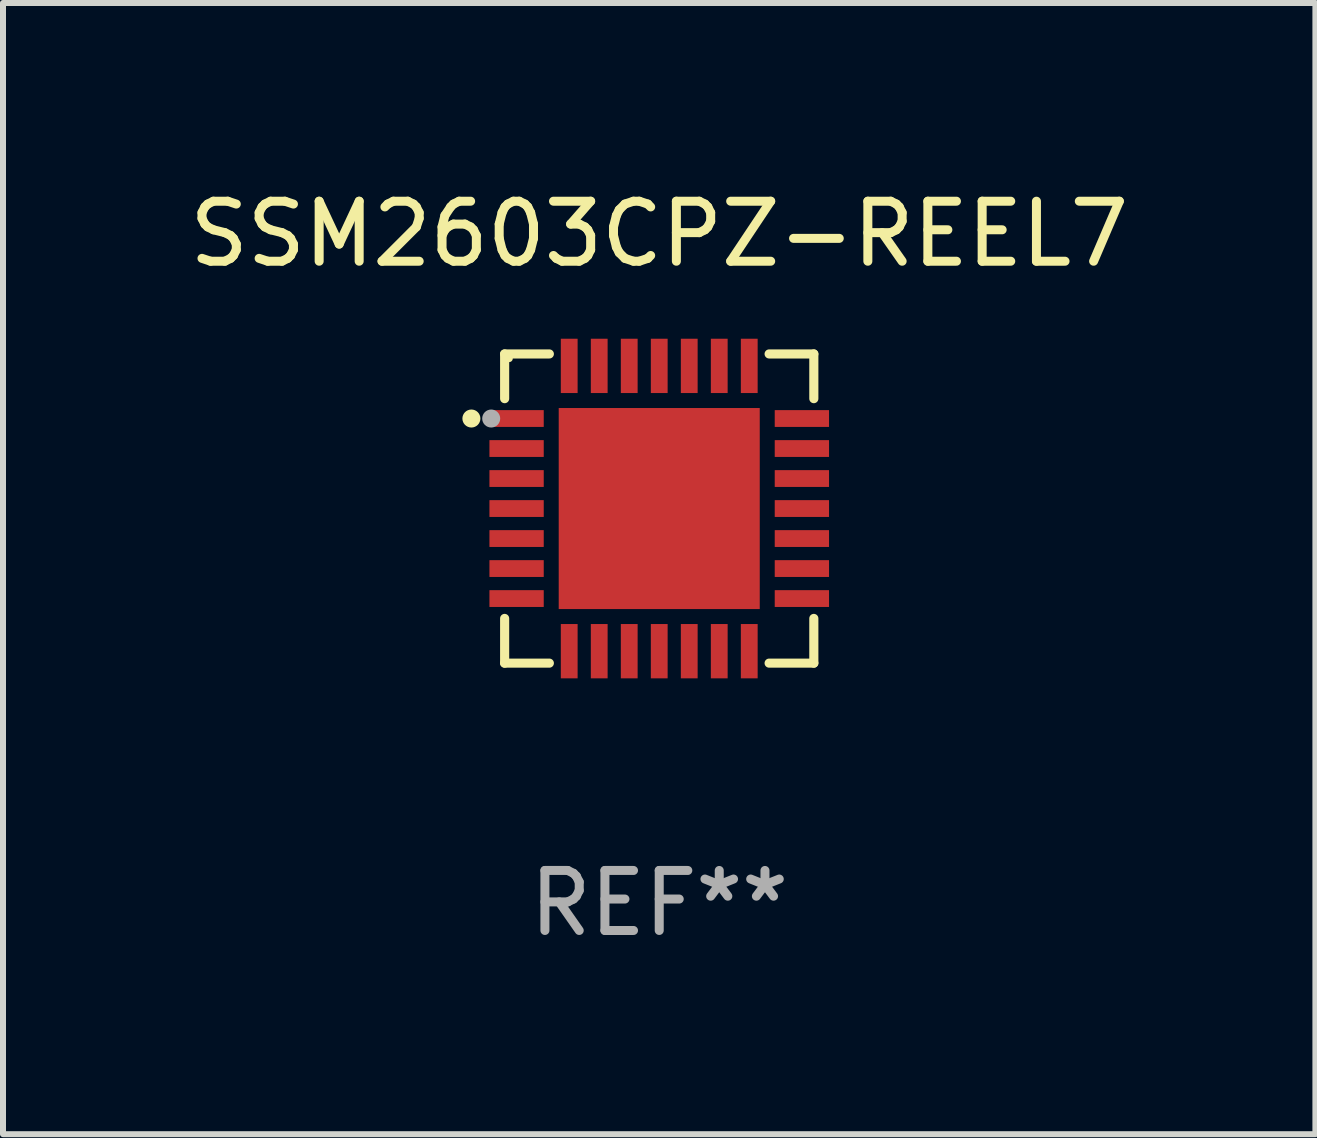
<source format=kicad_pcb>
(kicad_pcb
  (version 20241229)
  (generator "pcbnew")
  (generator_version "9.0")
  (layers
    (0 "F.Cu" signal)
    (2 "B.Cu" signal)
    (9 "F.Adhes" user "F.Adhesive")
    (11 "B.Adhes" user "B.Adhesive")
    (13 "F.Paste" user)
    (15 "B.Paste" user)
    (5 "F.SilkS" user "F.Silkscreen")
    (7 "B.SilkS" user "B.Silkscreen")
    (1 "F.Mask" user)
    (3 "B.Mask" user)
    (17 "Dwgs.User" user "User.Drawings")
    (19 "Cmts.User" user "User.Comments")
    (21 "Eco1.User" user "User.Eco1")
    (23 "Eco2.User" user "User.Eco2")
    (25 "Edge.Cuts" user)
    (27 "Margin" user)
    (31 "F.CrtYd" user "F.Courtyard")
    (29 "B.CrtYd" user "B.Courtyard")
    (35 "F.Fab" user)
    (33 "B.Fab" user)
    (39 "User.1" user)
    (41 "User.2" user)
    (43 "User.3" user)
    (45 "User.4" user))
  (footprint "SSM2603CPZ-REEL7"
    (layer "F.Cu")
    (at 7.935 5.424)
    (property "Reference" "SSM2603CPZ-REEL7" (at 0 -4.576 0) (layer "F.SilkS") (effects (font (size 1 1) (thickness 0.15))))
    (attr through_hole)
    (fp_line (start -2.576 -2.576) (end -2.576 -1.831) (stroke (width 0.152) (type solid)) (layer "F.SilkS"))
    (fp_line (start -2.576 2.576) (end -2.576 1.831) (stroke (width 0.152) (type solid)) (layer "F.SilkS"))
    (fp_line (start -1.831 -2.576) (end -2.576 -2.576) (stroke (width 0.152) (type solid)) (layer "F.SilkS"))
    (fp_line (start -1.831 2.576) (end -2.576 2.576) (stroke (width 0.152) (type solid)) (layer "F.SilkS"))
    (fp_line (start 1.831 -2.576) (end 2.576 -2.576) (stroke (width 0.152) (type solid)) (layer "F.SilkS"))
    (fp_line (start 1.831 2.576) (end 2.576 2.576) (stroke (width 0.152) (type solid)) (layer "F.SilkS"))
    (fp_line (start 2.576 -2.576) (end 2.576 -1.831) (stroke (width 0.152) (type solid)) (layer "F.SilkS"))
    (fp_line (start 2.576 2.576) (end 2.576 1.831) (stroke (width 0.152) (type solid)) (layer "F.SilkS"))
    (fp_circle (center -3.13 -1.5) (end -3.055 -1.5) (stroke (width 0.15) (type solid)) (fill no) (layer "F.SilkS"))
    (fp_circle (center -2.5 -2.5) (end -2.47 -2.5) (stroke (width 0.06) (type solid)) (fill no) (layer "F.SilkS"))
    (fp_circle (center -2.8 -1.5) (end -2.725 -1.5) (stroke (width 0.15) (type solid)) (fill no) (layer "F.Fab"))
    (fp_text user "REF**" (at 0 6.576 0) (layer "F.Fab") (effects (font (size 1 1) (thickness 0.15))))
    (pad "1" smd rect (at -2.377 -1.5) (size 0.905 0.28) (layers "F.Cu" "F.Mask" "F.Paste"))
    (pad "2" smd rect (at -2.377 -1) (size 0.905 0.28) (layers "F.Cu" "F.Mask" "F.Paste"))
    (pad "3" smd rect (at -2.377 -0.5) (size 0.905 0.28) (layers "F.Cu" "F.Mask" "F.Paste"))
    (pad "4" smd rect (at -2.377 0) (size 0.905 0.28) (layers "F.Cu" "F.Mask" "F.Paste"))
    (pad "5" smd rect (at -2.377 0.5) (size 0.905 0.28) (layers "F.Cu" "F.Mask" "F.Paste"))
    (pad "6" smd rect (at -2.377 1) (size 0.905 0.28) (layers "F.Cu" "F.Mask" "F.Paste"))
    (pad "7" smd rect (at -2.377 1.5) (size 0.905 0.28) (layers "F.Cu" "F.Mask" "F.Paste"))
    (pad "8" smd rect (at -1.5 2.377) (size 0.28 0.905) (layers "F.Cu" "F.Mask" "F.Paste"))
    (pad "9" smd rect (at -1 2.377) (size 0.28 0.905) (layers "F.Cu" "F.Mask" "F.Paste"))
    (pad "10" smd rect (at -0.5 2.377) (size 0.28 0.905) (layers "F.Cu" "F.Mask" "F.Paste"))
    (pad "11" smd rect (at 0 2.377) (size 0.28 0.905) (layers "F.Cu" "F.Mask" "F.Paste"))
    (pad "12" smd rect (at 0.5 2.377) (size 0.28 0.905) (layers "F.Cu" "F.Mask" "F.Paste"))
    (pad "13" smd rect (at 1 2.377) (size 0.28 0.905) (layers "F.Cu" "F.Mask" "F.Paste"))
    (pad "14" smd rect (at 1.5 2.377) (size 0.28 0.905) (layers "F.Cu" "F.Mask" "F.Paste"))
    (pad "15" smd rect (at 2.377 1.5) (size 0.905 0.28) (layers "F.Cu" "F.Mask" "F.Paste"))
    (pad "16" smd rect (at 2.377 1) (size 0.905 0.28) (layers "F.Cu" "F.Mask" "F.Paste"))
    (pad "17" smd rect (at 2.377 0.5) (size 0.905 0.28) (layers "F.Cu" "F.Mask" "F.Paste"))
    (pad "18" smd rect (at 2.377 0) (size 0.905 0.28) (layers "F.Cu" "F.Mask" "F.Paste"))
    (pad "19" smd rect (at 2.377 -0.5) (size 0.905 0.28) (layers "F.Cu" "F.Mask" "F.Paste"))
    (pad "20" smd rect (at 2.377 -1) (size 0.905 0.28) (layers "F.Cu" "F.Mask" "F.Paste"))
    (pad "21" smd rect (at 2.377 -1.5) (size 0.905 0.28) (layers "F.Cu" "F.Mask" "F.Paste"))
    (pad "22" smd rect (at 1.5 -2.377) (size 0.28 0.905) (layers "F.Cu" "F.Mask" "F.Paste"))
    (pad "23" smd rect (at 1 -2.377) (size 0.28 0.905) (layers "F.Cu" "F.Mask" "F.Paste"))
    (pad "24" smd rect (at 0.5 -2.377) (size 0.28 0.905) (layers "F.Cu" "F.Mask" "F.Paste"))
    (pad "25" smd rect (at 0 -2.377) (size 0.28 0.905) (layers "F.Cu" "F.Mask" "F.Paste"))
    (pad "26" smd rect (at -0.5 -2.377) (size 0.28 0.905) (layers "F.Cu" "F.Mask" "F.Paste"))
    (pad "27" smd rect (at -1 -2.377) (size 0.28 0.905) (layers "F.Cu" "F.Mask" "F.Paste"))
    (pad "28" smd rect (at -1.5 -2.377) (size 0.28 0.905) (layers "F.Cu" "F.Mask" "F.Paste"))
    (pad "29" smd rect (at 0 0) (size 3.35 3.35) (layers "F.Cu" "F.Mask" "F.Paste")))
  (gr_rect
    (start -3 -3)
    (end 18.869 15.849)
    (stroke (width 0.1) (type default))
    (fill no)
    (layer "Edge.Cuts")))
</source>
